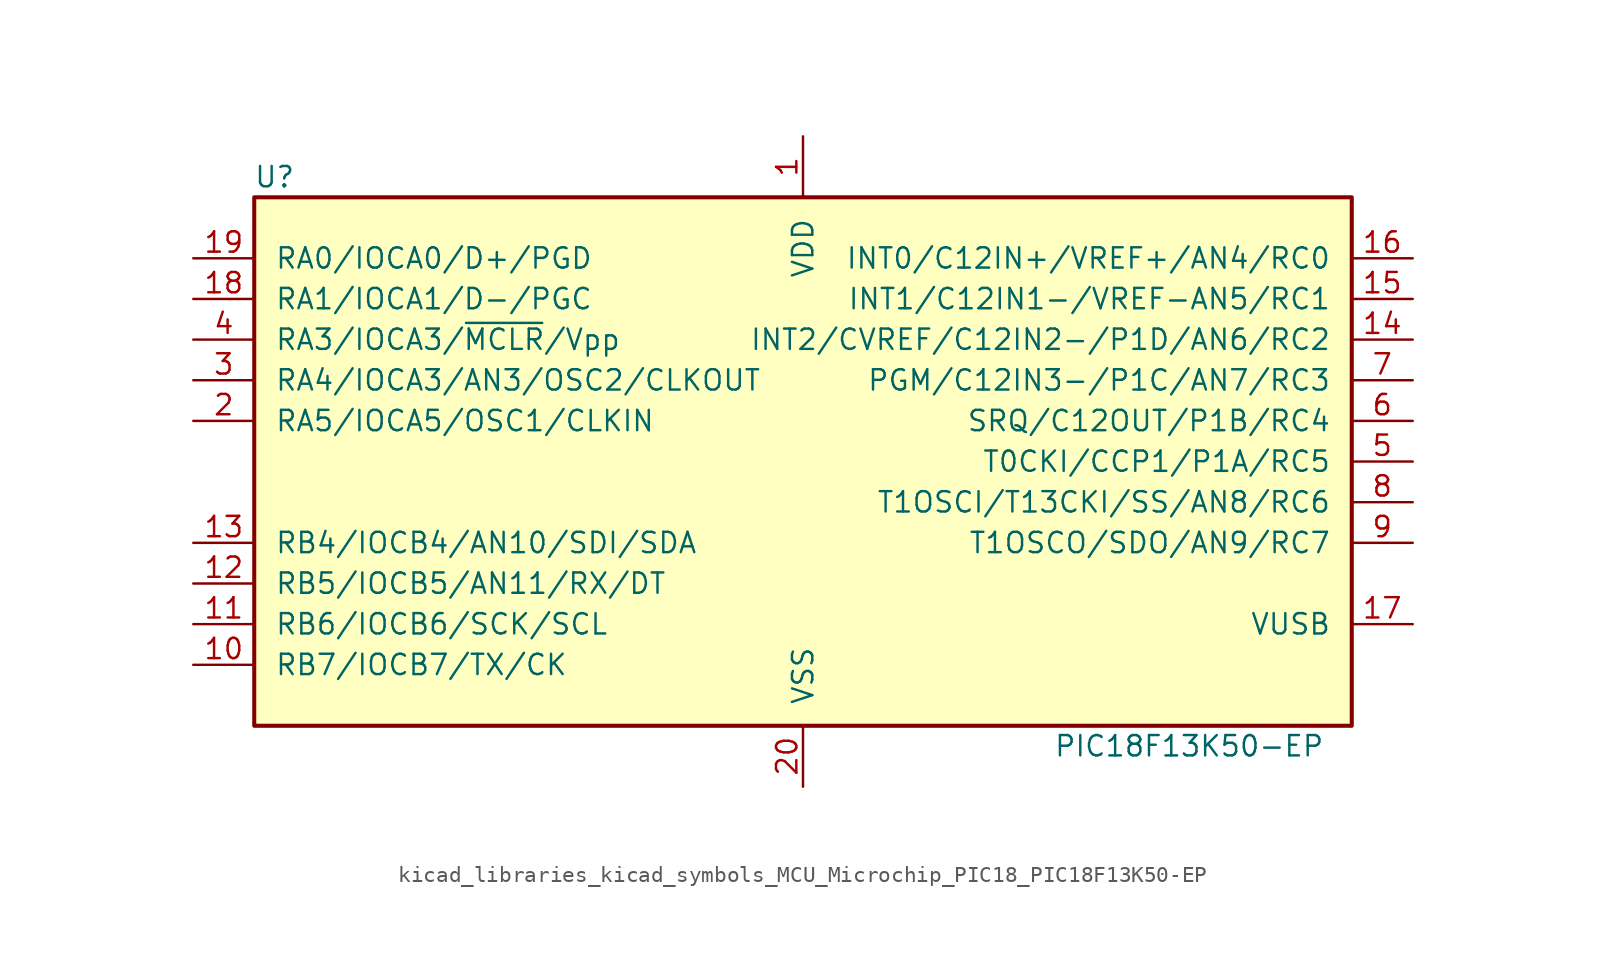
<source format=kicad_sym>
(kicad_symbol_lib
  (version 20220914)
  (generator kicad_symbol_editor)
  (symbol "kicad_libraries_kicad_symbols_MCU_Microchip_PIC18_PIC18F13K50-EP"
    (pin_names
      (offset 1.27))
    (property "Reference" "U"
      (at -33.02 17.78 0)
      (effects (font (size 1.27 1.27))))
    (property "Value" "PIC18F13K50-EP"
      (at 24.13 -17.78 0)
      (effects (font (size 1.27 1.27))))
    (symbol "kicad_libraries_kicad_symbols_MCU_Microchip_PIC18_PIC18F13K50-EP_0_1"
      (rectangle (start -34.29 16.51) (end 34.29 -16.51) (stroke (width 0.254) (type default)) (fill (type background))))
    (symbol "kicad_libraries_kicad_symbols_MCU_Microchip_PIC18_PIC18F13K50-EP_1_1"
      (pin power_in line (at 0 20.32 270) (length 3.81) (name "VDD" (effects (font (size 1.27 1.27)))) (number "1" (effects (font (size 1.27 1.27)))))
      (pin bidirectional line (at -38.1 -12.7 0) (length 3.81) (name "RB7/IOCB7/TX/CK" (effects (font (size 1.27 1.27)))) (number "10" (effects (font (size 1.27 1.27)))))
      (pin bidirectional line (at -38.1 -10.16 0) (length 3.81) (name "RB6/IOCB6/SCK/SCL" (effects (font (size 1.27 1.27)))) (number "11" (effects (font (size 1.27 1.27)))))
      (pin bidirectional line (at -38.1 -7.62 0) (length 3.81) (name "RB5/IOCB5/AN11/RX/DT" (effects (font (size 1.27 1.27)))) (number "12" (effects (font (size 1.27 1.27)))))
      (pin bidirectional line (at -38.1 -5.08 0) (length 3.81) (name "RB4/IOCB4/AN10/SDI/SDA" (effects (font (size 1.27 1.27)))) (number "13" (effects (font (size 1.27 1.27)))))
      (pin bidirectional line (at 38.1 7.62 180) (length 3.81) (name "INT2/CVREF/C12IN2-/P1D/AN6/RC2" (effects (font (size 1.27 1.27)))) (number "14" (effects (font (size 1.27 1.27)))))
      (pin bidirectional line (at 38.1 10.16 180) (length 3.81) (name "INT1/C12IN1-/VREF-AN5/RC1" (effects (font (size 1.27 1.27)))) (number "15" (effects (font (size 1.27 1.27)))))
      (pin bidirectional line (at 38.1 12.7 180) (length 3.81) (name "INT0/C12IN+/VREF+/AN4/RC0" (effects (font (size 1.27 1.27)))) (number "16" (effects (font (size 1.27 1.27)))))
      (pin passive line (at 38.1 -10.16 180) (length 3.81) (name "VUSB" (effects (font (size 1.27 1.27)))) (number "17" (effects (font (size 1.27 1.27)))))
      (pin bidirectional line (at -38.1 10.16 0) (length 3.81) (name "RA1/IOCA1/D-/PGC" (effects (font (size 1.27 1.27)))) (number "18" (effects (font (size 1.27 1.27)))))
      (pin bidirectional line (at -38.1 12.7 0) (length 3.81) (name "RA0/IOCA0/D+/PGD" (effects (font (size 1.27 1.27)))) (number "19" (effects (font (size 1.27 1.27)))))
      (pin bidirectional line (at -38.1 2.54 0) (length 3.81) (name "RA5/IOCA5/OSC1/CLKIN" (effects (font (size 1.27 1.27)))) (number "2" (effects (font (size 1.27 1.27)))))
      (pin power_in line (at 0 -20.32 90) (length 3.81) (name "VSS" (effects (font (size 1.27 1.27)))) (number "20" (effects (font (size 1.27 1.27)))))
      (pin bidirectional line (at -38.1 5.08 0) (length 3.81) (name "RA4/IOCA3/AN3/OSC2/CLKOUT" (effects (font (size 1.27 1.27)))) (number "3" (effects (font (size 1.27 1.27)))))
      (pin input line (at -38.1 7.62 0) (length 3.81) (name "RA3/IOCA3/~{MCLR}/Vpp" (effects (font (size 1.27 1.27)))) (number "4" (effects (font (size 1.27 1.27)))))
      (pin bidirectional line (at 38.1 0 180) (length 3.81) (name "T0CKI/CCP1/P1A/RC5" (effects (font (size 1.27 1.27)))) (number "5" (effects (font (size 1.27 1.27)))))
      (pin bidirectional line (at 38.1 2.54 180) (length 3.81) (name "SRQ/C12OUT/P1B/RC4" (effects (font (size 1.27 1.27)))) (number "6" (effects (font (size 1.27 1.27)))))
      (pin bidirectional line (at 38.1 5.08 180) (length 3.81) (name "PGM/C12IN3-/P1C/AN7/RC3" (effects (font (size 1.27 1.27)))) (number "7" (effects (font (size 1.27 1.27)))))
      (pin bidirectional line (at 38.1 -2.54 180) (length 3.81) (name "T1OSCI/T13CKI/SS/AN8/RC6" (effects (font (size 1.27 1.27)))) (number "8" (effects (font (size 1.27 1.27)))))
      (pin bidirectional line (at 38.1 -5.08 180) (length 3.81) (name "T1OSCO/SDO/AN9/RC7" (effects (font (size 1.27 1.27)))) (number "9" (effects (font (size 1.27 1.27))))))))
</source>
